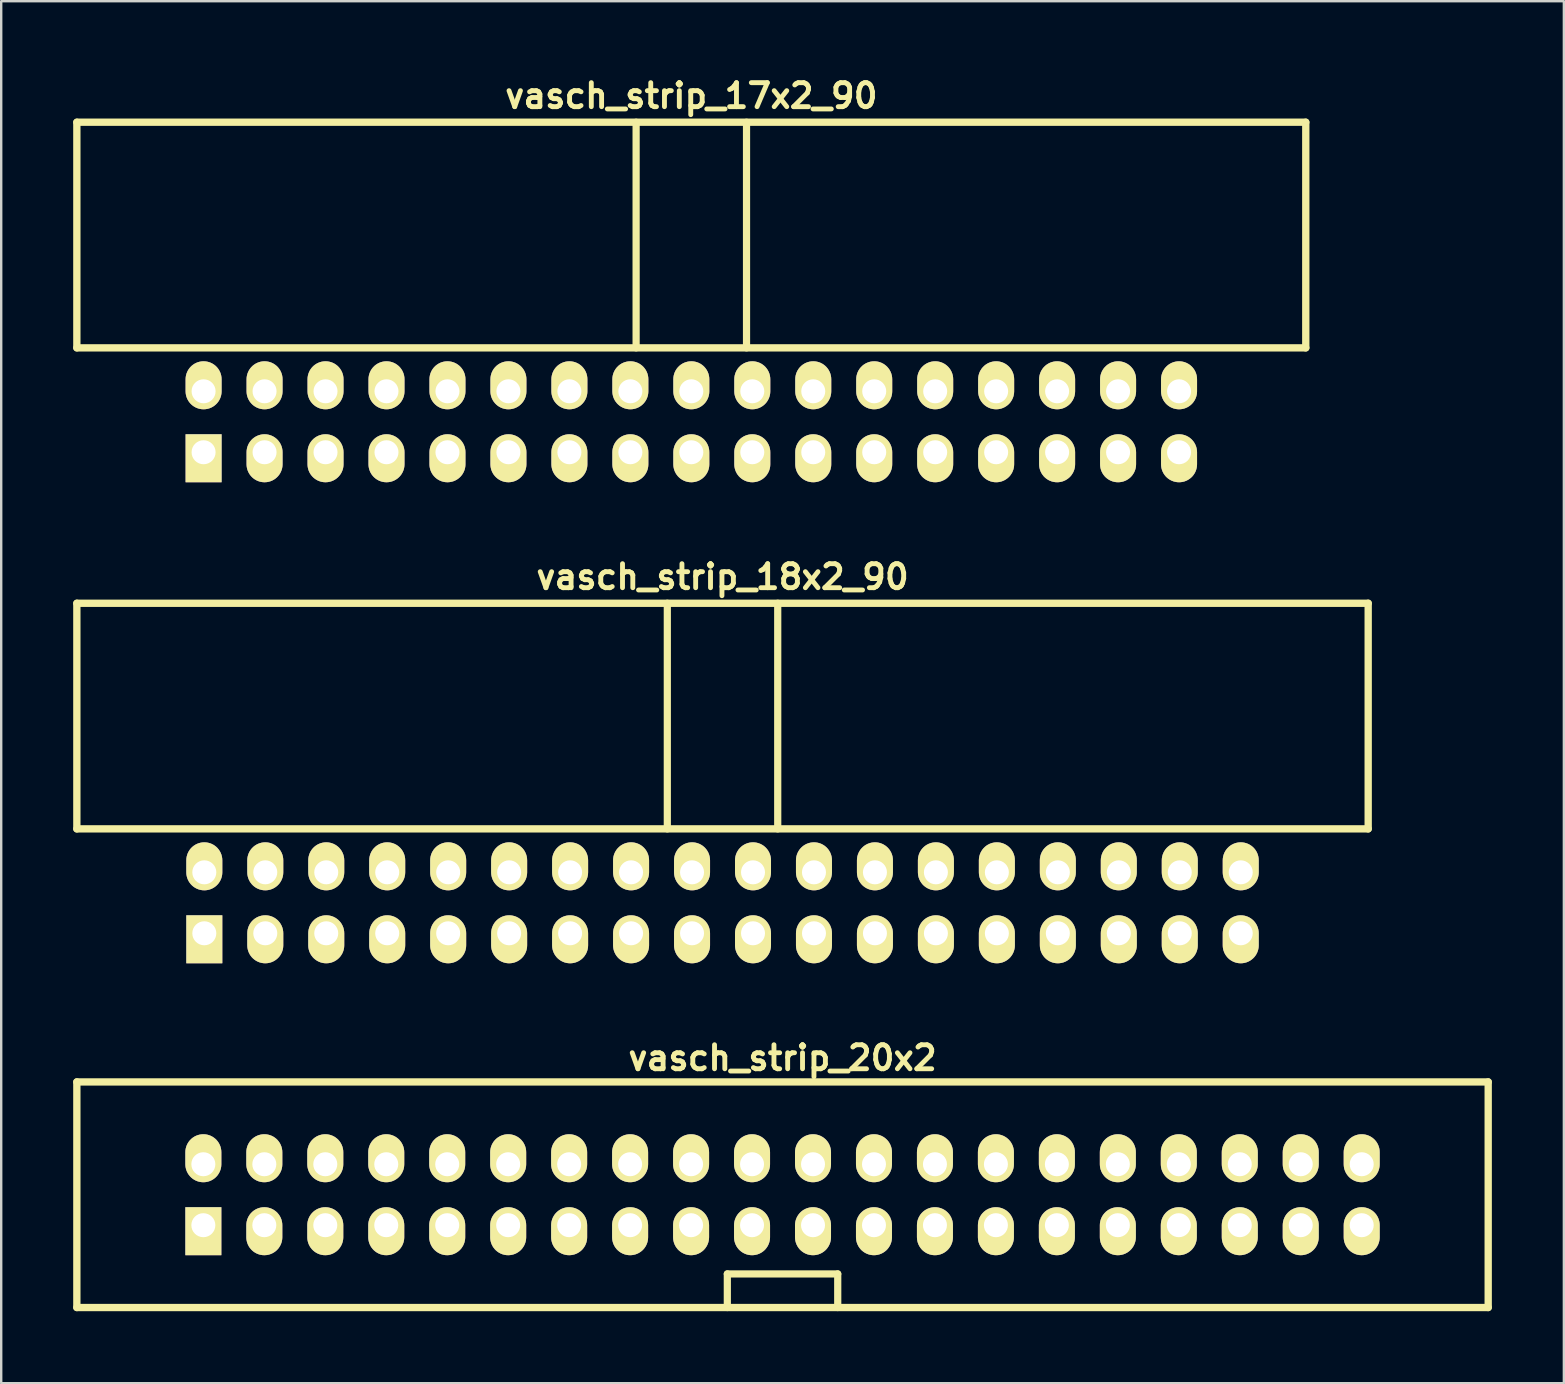
<source format=kicad_pcb>
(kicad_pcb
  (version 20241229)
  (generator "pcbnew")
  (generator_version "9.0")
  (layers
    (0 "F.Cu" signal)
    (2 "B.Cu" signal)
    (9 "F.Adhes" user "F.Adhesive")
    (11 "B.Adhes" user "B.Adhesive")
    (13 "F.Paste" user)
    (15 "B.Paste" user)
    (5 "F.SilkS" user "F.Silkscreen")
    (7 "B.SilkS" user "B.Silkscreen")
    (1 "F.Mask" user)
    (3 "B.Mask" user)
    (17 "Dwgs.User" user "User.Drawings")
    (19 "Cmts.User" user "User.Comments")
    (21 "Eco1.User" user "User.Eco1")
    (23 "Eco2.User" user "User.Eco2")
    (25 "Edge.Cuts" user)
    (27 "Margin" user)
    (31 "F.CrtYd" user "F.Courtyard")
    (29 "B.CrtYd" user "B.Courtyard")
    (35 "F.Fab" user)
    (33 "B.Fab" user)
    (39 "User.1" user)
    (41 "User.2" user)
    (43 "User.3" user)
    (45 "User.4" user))
  (footprint "vasch_strip_20x2"
    (layer "F.Cu")
    (at 29.552 46.725)
    (property "Reference" "vasch_strip_20x2" (at 0 -5.7 0) (layer "F.SilkS") (effects (font (size 1 1) (thickness 0.203))))
    (attr through_hole)
    (fp_line (start -29.4 -4.7) (end -29.4 4.7) (stroke (width 0.305) (type solid)) (layer "F.SilkS"))
    (fp_line (start -29.4 4.7) (end 29.4 4.7) (stroke (width 0.305) (type solid)) (layer "F.SilkS"))
    (fp_line (start -2.3 3.3) (end -2.3 4.7) (stroke (width 0.3) (type solid)) (layer "F.SilkS"))
    (fp_line (start 2.3 3.3) (end -2.3 3.3) (stroke (width 0.3) (type solid)) (layer "F.SilkS"))
    (fp_line (start 2.3 4.7) (end 2.3 3.3) (stroke (width 0.3) (type solid)) (layer "F.SilkS"))
    (fp_line (start 29.4 -4.7) (end -29.4 -4.7) (stroke (width 0.305) (type solid)) (layer "F.SilkS"))
    (fp_line (start 29.4 -4.7) (end 29.4 4.7) (stroke (width 0.305) (type solid)) (layer "F.SilkS"))
    (pad "1" thru_hole rect (at -24.13 1.27) (size 1.5 2) (drill 1 (offset 0 0.25)) (layers "*.Cu" "*.Mask" "F.SilkS"))
    (pad "2" thru_hole oval (at -24.13 -1.27) (size 1.5 2) (drill 1 (offset 0 -0.25)) (layers "*.Cu" "*.Mask" "F.SilkS"))
    (pad "3" thru_hole oval (at -21.59 1.27) (size 1.5 2) (drill 1 (offset 0 0.25)) (layers "*.Cu" "*.Mask" "F.SilkS"))
    (pad "4" thru_hole oval (at -21.59 -1.27) (size 1.5 2) (drill 1 (offset 0 -0.25)) (layers "*.Cu" "*.Mask" "F.SilkS"))
    (pad "5" thru_hole oval (at -19.05 1.27) (size 1.5 2) (drill 1 (offset 0 0.25)) (layers "*.Cu" "*.Mask" "F.SilkS"))
    (pad "6" thru_hole oval (at -19.05 -1.27) (size 1.5 2) (drill 1 (offset 0 -0.25)) (layers "*.Cu" "*.Mask" "F.SilkS"))
    (pad "7" thru_hole oval (at -16.51 1.27) (size 1.5 2) (drill 1 (offset 0 0.25)) (layers "*.Cu" "*.Mask" "F.SilkS"))
    (pad "8" thru_hole oval (at -16.51 -1.27) (size 1.5 2) (drill 1 (offset 0 -0.25)) (layers "*.Cu" "*.Mask" "F.SilkS"))
    (pad "9" thru_hole oval (at -13.97 1.27) (size 1.5 2) (drill 1 (offset 0 0.25)) (layers "*.Cu" "*.Mask" "F.SilkS"))
    (pad "10" thru_hole oval (at -13.97 -1.27) (size 1.5 2) (drill 1 (offset 0 -0.25)) (layers "*.Cu" "*.Mask" "F.SilkS"))
    (pad "11" thru_hole oval (at -11.43 1.27) (size 1.5 2) (drill 1 (offset 0 0.25)) (layers "*.Cu" "*.Mask" "F.SilkS"))
    (pad "12" thru_hole oval (at -11.43 -1.27) (size 1.5 2) (drill 1 (offset 0 -0.25)) (layers "*.Cu" "*.Mask" "F.SilkS"))
    (pad "13" thru_hole oval (at -8.89 1.27) (size 1.5 2) (drill 1 (offset 0 0.25)) (layers "*.Cu" "*.Mask" "F.SilkS"))
    (pad "14" thru_hole oval (at -8.89 -1.27) (size 1.5 2) (drill 1 (offset 0 -0.25)) (layers "*.Cu" "*.Mask" "F.SilkS"))
    (pad "15" thru_hole oval (at -6.35 1.27) (size 1.5 2) (drill 1 (offset 0 0.25)) (layers "*.Cu" "*.Mask" "F.SilkS"))
    (pad "16" thru_hole oval (at -6.35 -1.27) (size 1.5 2) (drill 1 (offset 0 -0.25)) (layers "*.Cu" "*.Mask" "F.SilkS"))
    (pad "17" thru_hole oval (at -3.81 1.27) (size 1.5 2) (drill 1 (offset 0 0.25)) (layers "*.Cu" "*.Mask" "F.SilkS"))
    (pad "18" thru_hole oval (at -3.81 -1.27) (size 1.5 2) (drill 1 (offset 0 -0.25)) (layers "*.Cu" "*.Mask" "F.SilkS"))
    (pad "19" thru_hole oval (at -1.27 1.27) (size 1.5 2) (drill 1 (offset 0 0.25)) (layers "*.Cu" "*.Mask" "F.SilkS"))
    (pad "20" thru_hole oval (at -1.27 -1.27) (size 1.5 2) (drill 1 (offset 0 -0.25)) (layers "*.Cu" "*.Mask" "F.SilkS"))
    (pad "21" thru_hole oval (at 1.27 1.27) (size 1.5 2) (drill 1 (offset 0 0.25)) (layers "*.Cu" "*.Mask" "F.SilkS"))
    (pad "22" thru_hole oval (at 1.27 -1.27) (size 1.5 2) (drill 1 (offset 0 -0.25)) (layers "*.Cu" "*.Mask" "F.SilkS"))
    (pad "23" thru_hole oval (at 3.81 1.27) (size 1.5 2) (drill 1 (offset 0 0.25)) (layers "*.Cu" "*.Mask" "F.SilkS"))
    (pad "24" thru_hole oval (at 3.81 -1.27) (size 1.5 2) (drill 1 (offset 0 -0.25)) (layers "*.Cu" "*.Mask" "F.SilkS"))
    (pad "25" thru_hole oval (at 6.35 1.27) (size 1.5 2) (drill 1 (offset 0 0.25)) (layers "*.Cu" "*.Mask" "F.SilkS"))
    (pad "26" thru_hole oval (at 6.35 -1.27) (size 1.5 2) (drill 1 (offset 0 -0.25)) (layers "*.Cu" "*.Mask" "F.SilkS"))
    (pad "27" thru_hole oval (at 8.89 1.27) (size 1.5 2) (drill 1 (offset 0 0.25)) (layers "*.Cu" "*.Mask" "F.SilkS"))
    (pad "28" thru_hole oval (at 8.89 -1.27) (size 1.5 2) (drill 1 (offset 0 -0.25)) (layers "*.Cu" "*.Mask" "F.SilkS"))
    (pad "29" thru_hole oval (at 11.43 1.27) (size 1.5 2) (drill 1 (offset 0 0.25)) (layers "*.Cu" "*.Mask" "F.SilkS"))
    (pad "30" thru_hole oval (at 11.43 -1.27) (size 1.5 2) (drill 1 (offset 0 -0.25)) (layers "*.Cu" "*.Mask" "F.SilkS"))
    (pad "31" thru_hole oval (at 13.97 1.27) (size 1.5 2) (drill 1 (offset 0 0.25)) (layers "*.Cu" "*.Mask" "F.SilkS"))
    (pad "32" thru_hole oval (at 13.97 -1.27) (size 1.5 2) (drill 1 (offset 0 -0.25)) (layers "*.Cu" "*.Mask" "F.SilkS"))
    (pad "33" thru_hole oval (at 16.51 1.27) (size 1.5 2) (drill 1 (offset 0 0.25)) (layers "*.Cu" "*.Mask" "F.SilkS"))
    (pad "34" thru_hole oval (at 16.51 -1.27) (size 1.5 2) (drill 1 (offset 0 -0.25)) (layers "*.Cu" "*.Mask" "F.SilkS"))
    (pad "35" thru_hole oval (at 19.05 1.27) (size 1.5 2) (drill 1 (offset 0 0.25)) (layers "*.Cu" "*.Mask" "F.SilkS"))
    (pad "36" thru_hole oval (at 19.05 -1.27) (size 1.5 2) (drill 1 (offset 0 -0.25)) (layers "*.Cu" "*.Mask" "F.SilkS"))
    (pad "37" thru_hole oval (at 21.59 1.27) (size 1.5 2) (drill 1 (offset 0 0.25)) (layers "*.Cu" "*.Mask" "F.SilkS"))
    (pad "38" thru_hole oval (at 21.59 -1.27) (size 1.5 2) (drill 1 (offset 0 -0.25)) (layers "*.Cu" "*.Mask" "F.SilkS"))
    (pad "39" thru_hole oval (at 24.13 1.27) (size 1.5 2) (drill 1 (offset 0 0.25)) (layers "*.Cu" "*.Mask" "F.SilkS"))
    (pad "40" thru_hole oval (at 24.13 -1.27) (size 1.5 2) (drill 1 (offset 0 -0.25)) (layers "*.Cu" "*.Mask" "F.SilkS")))
  (footprint "vasch_strip_18x2_90"
    (layer "F.Cu")
    (at 27.052 29.483)
    (property "Reference" "vasch_strip_18x2_90" (at 0 -8.5 0) (layer "F.SilkS") (effects (font (size 1 1) (thickness 0.203))))
    (attr through_hole)
    (fp_line (start -26.9 -7.4) (end -26.9 2) (stroke (width 0.305) (type solid)) (layer "F.SilkS"))
    (fp_line (start -26.9 2) (end 26.9 2) (stroke (width 0.305) (type solid)) (layer "F.SilkS"))
    (fp_line (start -2.3 -7.4) (end -2.3 2) (stroke (width 0.3) (type solid)) (layer "F.SilkS"))
    (fp_line (start 2.3 -7.4) (end 2.3 2) (stroke (width 0.3) (type solid)) (layer "F.SilkS"))
    (fp_line (start 26.9 -7.4) (end -26.9 -7.4) (stroke (width 0.305) (type solid)) (layer "F.SilkS"))
    (fp_line (start 26.9 -7.4) (end 26.9 2) (stroke (width 0.305) (type solid)) (layer "F.SilkS"))
    (pad "1" thru_hole rect (at -21.59 6.35) (size 1.5 2) (drill 1 (offset 0 0.25)) (layers "*.Cu" "*.Mask" "F.SilkS"))
    (pad "2" thru_hole oval (at -21.59 3.81) (size 1.5 2) (drill 1 (offset 0 -0.25)) (layers "*.Cu" "*.Mask" "F.SilkS"))
    (pad "3" thru_hole oval (at -19.05 6.35) (size 1.5 2) (drill 1 (offset 0 0.25)) (layers "*.Cu" "*.Mask" "F.SilkS"))
    (pad "4" thru_hole oval (at -19.05 3.81) (size 1.5 2) (drill 1 (offset 0 -0.25)) (layers "*.Cu" "*.Mask" "F.SilkS"))
    (pad "5" thru_hole oval (at -16.51 6.35) (size 1.5 2) (drill 1 (offset 0 0.25)) (layers "*.Cu" "*.Mask" "F.SilkS"))
    (pad "6" thru_hole oval (at -16.51 3.81) (size 1.5 2) (drill 1 (offset 0 -0.25)) (layers "*.Cu" "*.Mask" "F.SilkS"))
    (pad "7" thru_hole oval (at -13.97 6.35) (size 1.5 2) (drill 1 (offset 0 0.25)) (layers "*.Cu" "*.Mask" "F.SilkS"))
    (pad "8" thru_hole oval (at -13.97 3.81) (size 1.5 2) (drill 1 (offset 0 -0.25)) (layers "*.Cu" "*.Mask" "F.SilkS"))
    (pad "9" thru_hole oval (at -11.43 6.35) (size 1.5 2) (drill 1 (offset 0 0.25)) (layers "*.Cu" "*.Mask" "F.SilkS"))
    (pad "10" thru_hole oval (at -11.43 3.81) (size 1.5 2) (drill 1 (offset 0 -0.25)) (layers "*.Cu" "*.Mask" "F.SilkS"))
    (pad "11" thru_hole oval (at -8.89 6.35) (size 1.5 2) (drill 1 (offset 0 0.25)) (layers "*.Cu" "*.Mask" "F.SilkS"))
    (pad "12" thru_hole oval (at -8.89 3.81) (size 1.5 2) (drill 1 (offset 0 -0.25)) (layers "*.Cu" "*.Mask" "F.SilkS"))
    (pad "13" thru_hole oval (at -6.35 6.35) (size 1.5 2) (drill 1 (offset 0 0.25)) (layers "*.Cu" "*.Mask" "F.SilkS"))
    (pad "14" thru_hole oval (at -6.35 3.81) (size 1.5 2) (drill 1 (offset 0 -0.25)) (layers "*.Cu" "*.Mask" "F.SilkS"))
    (pad "15" thru_hole oval (at -3.81 6.35) (size 1.5 2) (drill 1 (offset 0 0.25)) (layers "*.Cu" "*.Mask" "F.SilkS"))
    (pad "16" thru_hole oval (at -3.81 3.81) (size 1.5 2) (drill 1 (offset 0 -0.25)) (layers "*.Cu" "*.Mask" "F.SilkS"))
    (pad "17" thru_hole oval (at -1.27 6.35) (size 1.5 2) (drill 1 (offset 0 0.25)) (layers "*.Cu" "*.Mask" "F.SilkS"))
    (pad "18" thru_hole oval (at -1.27 3.81) (size 1.5 2) (drill 1 (offset 0 -0.25)) (layers "*.Cu" "*.Mask" "F.SilkS"))
    (pad "19" thru_hole oval (at 1.27 6.35) (size 1.5 2) (drill 1 (offset 0 0.25)) (layers "*.Cu" "*.Mask" "F.SilkS"))
    (pad "20" thru_hole oval (at 1.27 3.81) (size 1.5 2) (drill 1 (offset 0 -0.25)) (layers "*.Cu" "*.Mask" "F.SilkS"))
    (pad "21" thru_hole oval (at 3.81 6.35) (size 1.5 2) (drill 1 (offset 0 0.25)) (layers "*.Cu" "*.Mask" "F.SilkS"))
    (pad "22" thru_hole oval (at 3.81 3.81) (size 1.5 2) (drill 1 (offset 0 -0.25)) (layers "*.Cu" "*.Mask" "F.SilkS"))
    (pad "23" thru_hole oval (at 6.35 6.35) (size 1.5 2) (drill 1 (offset 0 0.25)) (layers "*.Cu" "*.Mask" "F.SilkS"))
    (pad "24" thru_hole oval (at 6.35 3.81) (size 1.5 2) (drill 1 (offset 0 -0.25)) (layers "*.Cu" "*.Mask" "F.SilkS"))
    (pad "25" thru_hole oval (at 8.89 6.35) (size 1.5 2) (drill 1 (offset 0 0.25)) (layers "*.Cu" "*.Mask" "F.SilkS"))
    (pad "26" thru_hole oval (at 8.89 3.81) (size 1.5 2) (drill 1 (offset 0 -0.25)) (layers "*.Cu" "*.Mask" "F.SilkS"))
    (pad "27" thru_hole oval (at 11.43 6.35) (size 1.5 2) (drill 1 (offset 0 0.25)) (layers "*.Cu" "*.Mask" "F.SilkS"))
    (pad "28" thru_hole oval (at 11.43 3.81) (size 1.5 2) (drill 1 (offset 0 -0.25)) (layers "*.Cu" "*.Mask" "F.SilkS"))
    (pad "29" thru_hole oval (at 13.97 6.35) (size 1.5 2) (drill 1 (offset 0 0.25)) (layers "*.Cu" "*.Mask" "F.SilkS"))
    (pad "30" thru_hole oval (at 13.97 3.81) (size 1.5 2) (drill 1 (offset 0 -0.25)) (layers "*.Cu" "*.Mask" "F.SilkS"))
    (pad "31" thru_hole oval (at 16.51 6.35) (size 1.5 2) (drill 1 (offset 0 0.25)) (layers "*.Cu" "*.Mask" "F.SilkS"))
    (pad "32" thru_hole oval (at 16.51 3.81) (size 1.5 2) (drill 1 (offset 0 -0.25)) (layers "*.Cu" "*.Mask" "F.SilkS"))
    (pad "33" thru_hole oval (at 19.05 6.35) (size 1.5 2) (drill 1 (offset 0 0.25)) (layers "*.Cu" "*.Mask" "F.SilkS"))
    (pad "34" thru_hole oval (at 19.05 3.81) (size 1.5 2) (drill 1 (offset 0 -0.25)) (layers "*.Cu" "*.Mask" "F.SilkS"))
    (pad "35" thru_hole oval (at 21.59 6.35) (size 1.5 2) (drill 1 (offset 0 0.25)) (layers "*.Cu" "*.Mask" "F.SilkS"))
    (pad "36" thru_hole oval (at 21.59 3.81) (size 1.5 2) (drill 1 (offset 0 -0.25)) (layers "*.Cu" "*.Mask" "F.SilkS")))
  (footprint "vasch_strip_17x2_90"
    (layer "F.Cu")
    (at 25.752 9.442)
    (property "Reference" "vasch_strip_17x2_90" (at 0 -8.5 0) (layer "F.SilkS") (effects (font (size 1 1) (thickness 0.203))))
    (attr through_hole)
    (fp_line (start -25.6 -7.4) (end -25.6 2) (stroke (width 0.305) (type solid)) (layer "F.SilkS"))
    (fp_line (start -25.6 2) (end 25.6 2) (stroke (width 0.305) (type solid)) (layer "F.SilkS"))
    (fp_line (start -2.3 -7.4) (end -2.3 2) (stroke (width 0.3) (type solid)) (layer "F.SilkS"))
    (fp_line (start 2.3 -7.4) (end 2.3 2) (stroke (width 0.3) (type solid)) (layer "F.SilkS"))
    (fp_line (start 25.6 -7.4) (end -25.6 -7.4) (stroke (width 0.305) (type solid)) (layer "F.SilkS"))
    (fp_line (start 25.6 -7.4) (end 25.6 2) (stroke (width 0.305) (type solid)) (layer "F.SilkS"))
    (pad "1" thru_hole rect (at -20.32 6.35) (size 1.5 2) (drill 1 (offset 0 0.25)) (layers "*.Cu" "*.Mask" "F.SilkS"))
    (pad "2" thru_hole oval (at -20.32 3.81) (size 1.5 2) (drill 1 (offset 0 -0.25)) (layers "*.Cu" "*.Mask" "F.SilkS"))
    (pad "3" thru_hole oval (at -17.78 6.35) (size 1.5 2) (drill 1 (offset 0 0.25)) (layers "*.Cu" "*.Mask" "F.SilkS"))
    (pad "4" thru_hole oval (at -17.78 3.81) (size 1.5 2) (drill 1 (offset 0 -0.25)) (layers "*.Cu" "*.Mask" "F.SilkS"))
    (pad "5" thru_hole oval (at -15.24 6.35) (size 1.5 2) (drill 1 (offset 0 0.25)) (layers "*.Cu" "*.Mask" "F.SilkS"))
    (pad "6" thru_hole oval (at -15.24 3.81) (size 1.5 2) (drill 1 (offset 0 -0.25)) (layers "*.Cu" "*.Mask" "F.SilkS"))
    (pad "7" thru_hole oval (at -12.7 6.35) (size 1.5 2) (drill 1 (offset 0 0.25)) (layers "*.Cu" "*.Mask" "F.SilkS"))
    (pad "8" thru_hole oval (at -12.7 3.81) (size 1.5 2) (drill 1 (offset 0 -0.25)) (layers "*.Cu" "*.Mask" "F.SilkS"))
    (pad "9" thru_hole oval (at -10.16 6.35) (size 1.5 2) (drill 1 (offset 0 0.25)) (layers "*.Cu" "*.Mask" "F.SilkS"))
    (pad "10" thru_hole oval (at -10.16 3.81) (size 1.5 2) (drill 1 (offset 0 -0.25)) (layers "*.Cu" "*.Mask" "F.SilkS"))
    (pad "11" thru_hole oval (at -7.62 6.35) (size 1.5 2) (drill 1 (offset 0 0.25)) (layers "*.Cu" "*.Mask" "F.SilkS"))
    (pad "12" thru_hole oval (at -7.62 3.81) (size 1.5 2) (drill 1 (offset 0 -0.25)) (layers "*.Cu" "*.Mask" "F.SilkS"))
    (pad "13" thru_hole oval (at -5.08 6.35) (size 1.5 2) (drill 1 (offset 0 0.25)) (layers "*.Cu" "*.Mask" "F.SilkS"))
    (pad "14" thru_hole oval (at -5.08 3.81) (size 1.5 2) (drill 1 (offset 0 -0.25)) (layers "*.Cu" "*.Mask" "F.SilkS"))
    (pad "15" thru_hole oval (at -2.54 6.35) (size 1.5 2) (drill 1 (offset 0 0.25)) (layers "*.Cu" "*.Mask" "F.SilkS"))
    (pad "16" thru_hole oval (at -2.54 3.81) (size 1.5 2) (drill 1 (offset 0 -0.25)) (layers "*.Cu" "*.Mask" "F.SilkS"))
    (pad "17" thru_hole oval (at 0 6.35) (size 1.5 2) (drill 1 (offset 0 0.25)) (layers "*.Cu" "*.Mask" "F.SilkS"))
    (pad "18" thru_hole oval (at 0 3.81) (size 1.5 2) (drill 1 (offset 0 -0.25)) (layers "*.Cu" "*.Mask" "F.SilkS"))
    (pad "19" thru_hole oval (at 2.54 6.35) (size 1.5 2) (drill 1 (offset 0 0.25)) (layers "*.Cu" "*.Mask" "F.SilkS"))
    (pad "20" thru_hole oval (at 2.54 3.81) (size 1.5 2) (drill 1 (offset 0 -0.25)) (layers "*.Cu" "*.Mask" "F.SilkS"))
    (pad "21" thru_hole oval (at 5.08 6.35) (size 1.5 2) (drill 1 (offset 0 0.25)) (layers "*.Cu" "*.Mask" "F.SilkS"))
    (pad "22" thru_hole oval (at 5.08 3.81) (size 1.5 2) (drill 1 (offset 0 -0.25)) (layers "*.Cu" "*.Mask" "F.SilkS"))
    (pad "23" thru_hole oval (at 7.62 6.35) (size 1.5 2) (drill 1 (offset 0 0.25)) (layers "*.Cu" "*.Mask" "F.SilkS"))
    (pad "24" thru_hole oval (at 7.62 3.81) (size 1.5 2) (drill 1 (offset 0 -0.25)) (layers "*.Cu" "*.Mask" "F.SilkS"))
    (pad "25" thru_hole oval (at 10.16 6.35) (size 1.5 2) (drill 1 (offset 0 0.25)) (layers "*.Cu" "*.Mask" "F.SilkS"))
    (pad "26" thru_hole oval (at 10.16 3.81) (size 1.5 2) (drill 1 (offset 0 -0.25)) (layers "*.Cu" "*.Mask" "F.SilkS"))
    (pad "27" thru_hole oval (at 12.7 6.35) (size 1.5 2) (drill 1 (offset 0 0.25)) (layers "*.Cu" "*.Mask" "F.SilkS"))
    (pad "28" thru_hole oval (at 12.7 3.81) (size 1.5 2) (drill 1 (offset 0 -0.25)) (layers "*.Cu" "*.Mask" "F.SilkS"))
    (pad "29" thru_hole oval (at 15.24 6.35) (size 1.5 2) (drill 1 (offset 0 0.25)) (layers "*.Cu" "*.Mask" "F.SilkS"))
    (pad "30" thru_hole oval (at 15.24 3.81) (size 1.5 2) (drill 1 (offset 0 -0.25)) (layers "*.Cu" "*.Mask" "F.SilkS"))
    (pad "31" thru_hole oval (at 17.78 6.35) (size 1.5 2) (drill 1 (offset 0 0.25)) (layers "*.Cu" "*.Mask" "F.SilkS"))
    (pad "32" thru_hole oval (at 17.78 3.81) (size 1.5 2) (drill 1 (offset 0 -0.25)) (layers "*.Cu" "*.Mask" "F.SilkS"))
    (pad "33" thru_hole oval (at 20.32 6.35) (size 1.5 2) (drill 1 (offset 0 0.25)) (layers "*.Cu" "*.Mask" "F.SilkS"))
    (pad "34" thru_hole oval (at 20.32 3.81) (size 1.5 2) (drill 1 (offset 0 -0.25)) (layers "*.Cu" "*.Mask" "F.SilkS")))
  (gr_rect
    (start -3 -3)
    (end 62.105 54.577)
    (stroke (width 0.1) (type default))
    (fill no)
    (layer "Edge.Cuts")))
</source>
